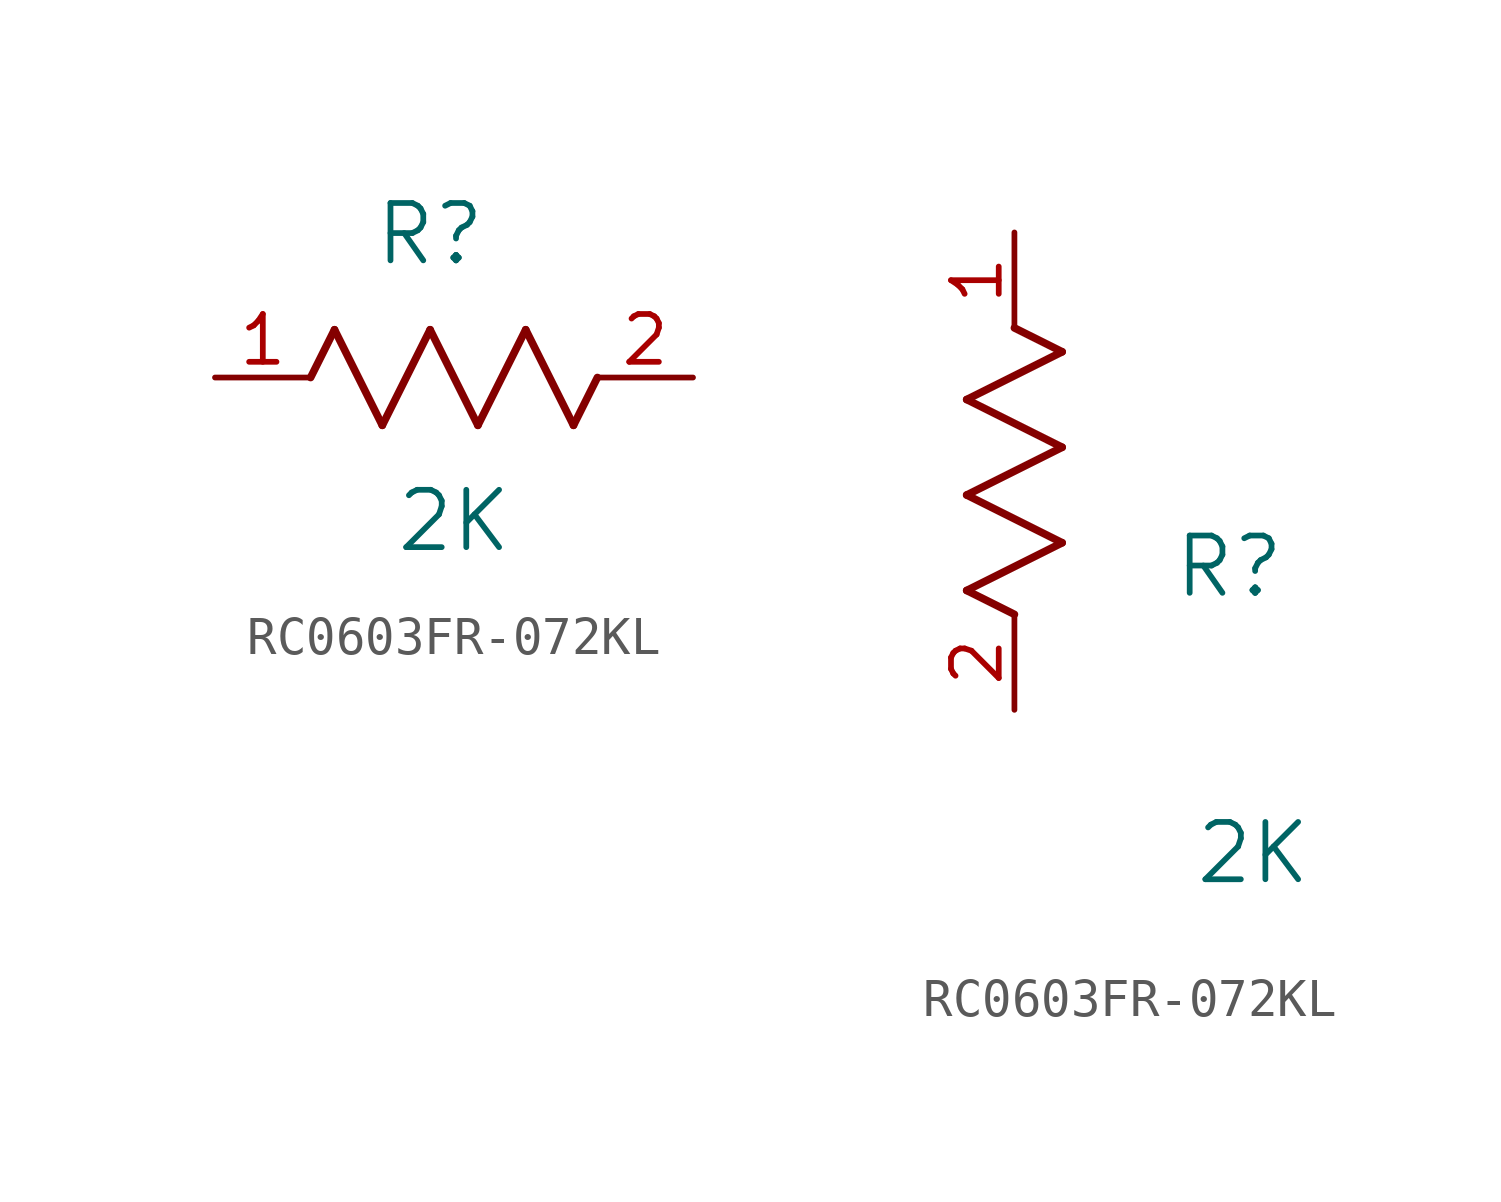
<source format=kicad_sym>
(kicad_symbol_lib
  (version 20231120)
  (generator "kicad_symbol_editor")
  (generator_version "8.0")
  (symbol "RC0603FR-072KL"
    (pin_names
      (offset 0.254))
    (property "Reference" "R"
      (at 5.715 3.81 0)
      (effects (font (size 1.524 1.524))))
    (property "Value" "2K"
      (at 6.35 -3.81 0)
      (effects (font (size 1.524 1.524))))
    (symbol "RC0603FR-072KL_1_1"
      (polyline (pts (xy 2.54 0) (xy 3.175 1.27)) (stroke (width 0.203) (type default)) (fill (type none)))
      (polyline (pts (xy 3.175 1.27) (xy 4.445 -1.27)) (stroke (width 0.203) (type default)) (fill (type none)))
      (polyline (pts (xy 4.445 -1.27) (xy 5.715 1.27)) (stroke (width 0.203) (type default)) (fill (type none)))
      (polyline (pts (xy 5.715 1.27) (xy 6.985 -1.27)) (stroke (width 0.203) (type default)) (fill (type none)))
      (polyline (pts (xy 6.985 -1.27) (xy 8.255 1.27)) (stroke (width 0.203) (type default)) (fill (type none)))
      (polyline (pts (xy 8.255 1.27) (xy 9.525 -1.27)) (stroke (width 0.203) (type default)) (fill (type none)))
      (polyline (pts (xy 9.525 -1.27) (xy 10.16 0)) (stroke (width 0.203) (type default)) (fill (type none)))
      (pin unspecified line (at 0 0 0) (length 2.54) (name "" (effects (font (size 1.27 1.27)))) (number "1" (effects (font (size 1.27 1.27)))))
      (pin unspecified line (at 12.7 0 180) (length 2.54) (name "" (effects (font (size 1.27 1.27)))) (number "2" (effects (font (size 1.27 1.27))))))
    (symbol "RC0603FR-072KL_1_2"
      (polyline (pts (xy -1.27 3.175) (xy 1.27 4.445)) (stroke (width 0.203) (type default)) (fill (type none)))
      (polyline (pts (xy -1.27 5.715) (xy 1.27 6.985)) (stroke (width 0.203) (type default)) (fill (type none)))
      (polyline (pts (xy -1.27 8.255) (xy 1.27 9.525)) (stroke (width 0.203) (type default)) (fill (type none)))
      (polyline (pts (xy 0 2.54) (xy -1.27 3.175)) (stroke (width 0.203) (type default)) (fill (type none)))
      (polyline (pts (xy 1.27 4.445) (xy -1.27 5.715)) (stroke (width 0.203) (type default)) (fill (type none)))
      (polyline (pts (xy 1.27 6.985) (xy -1.27 8.255)) (stroke (width 0.203) (type default)) (fill (type none)))
      (polyline (pts (xy 1.27 9.525) (xy 0 10.16)) (stroke (width 0.203) (type default)) (fill (type none)))
      (pin unspecified line (at 0 12.7 270) (length 2.54) (name "" (effects (font (size 1.27 1.27)))) (number "1" (effects (font (size 1.27 1.27)))))
      (pin unspecified line (at 0 0 90) (length 2.54) (name "" (effects (font (size 1.27 1.27)))) (number "2" (effects (font (size 1.27 1.27))))))))
</source>
